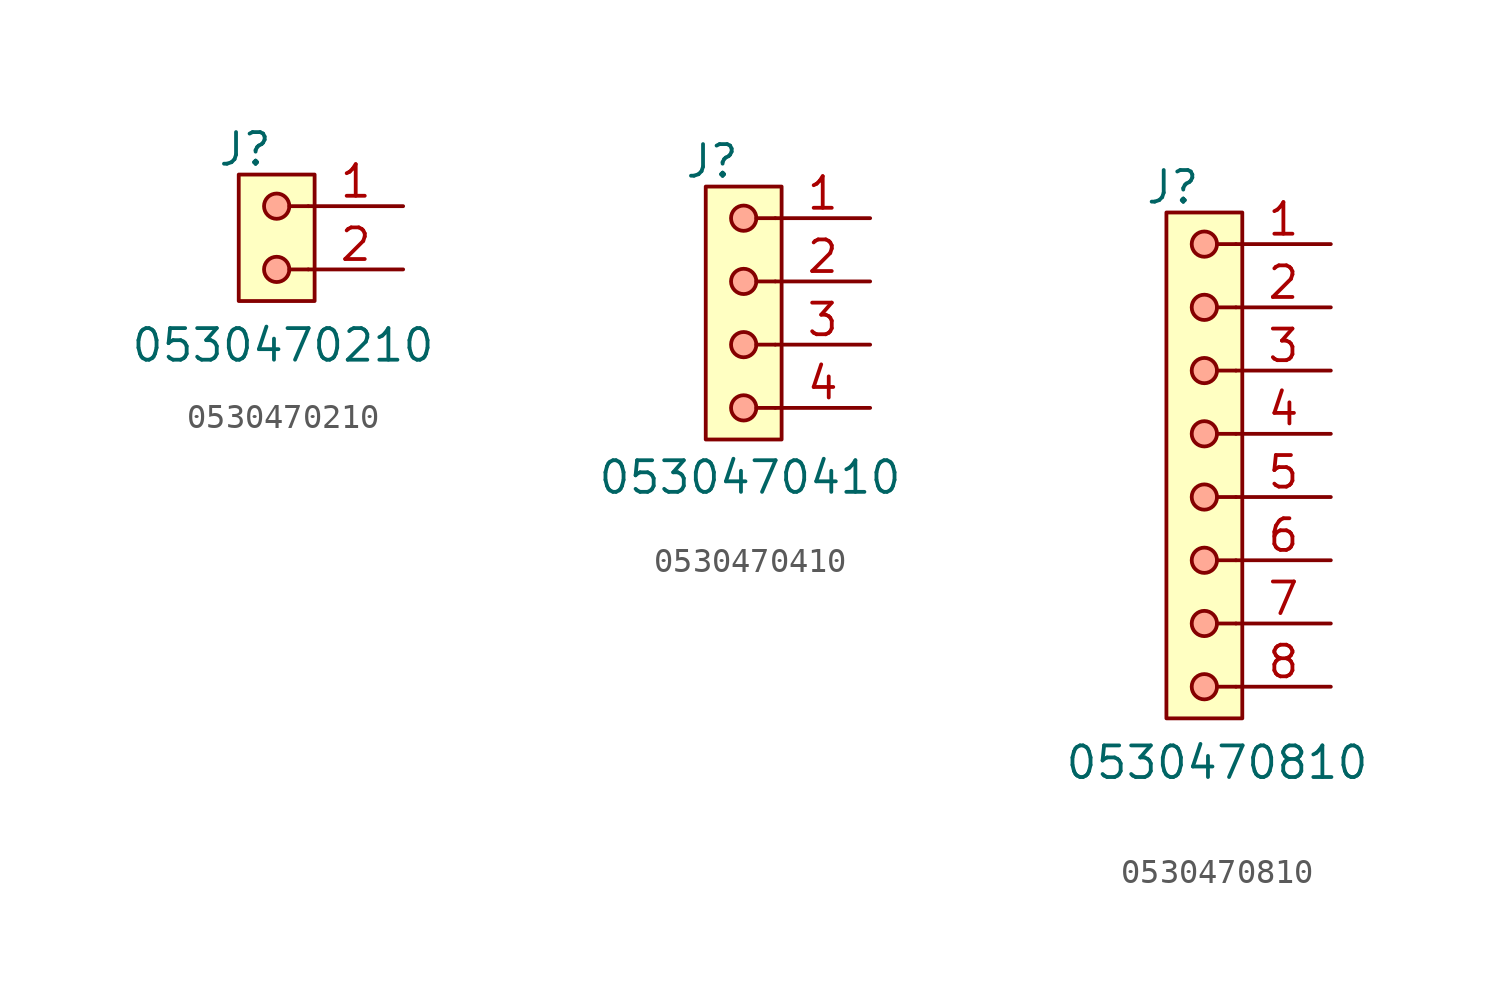
<source format=kicad_sym>
(kicad_symbol_lib
  (version 20241209)
  (generator "kicad_symbol_editor")
  (generator_version "9.0")
  (symbol "0530470210"
    (pin_names
      (offset 1.016)
      (hide yes))
    (property "Reference" "J"
      (at -1.27 2.286 0)
      (effects (font (size 1.27 1.27))))
    (property "Value" "0530470210"
      (at 0.254 -5.588 0)
      (effects (font (size 1.27 1.27))))
    (symbol "0530470210_0_1"
      (polyline (pts (xy 0.508 0) (xy 1.27 0)) (stroke (width 0) (type default)) (fill (type none)))
      (polyline (pts (xy 1.27 -2.54) (xy 0.508 -2.54)) (stroke (width 0) (type default)) (fill (type none))))
    (symbol "0530470210_1_1"
      (rectangle (start -1.524 1.27) (end 1.524 -3.81) (stroke (width 0) (type solid)) (fill (type background)))
      (circle (center 0 0) (radius 0.508) (stroke (width 0) (type solid)) (fill (type color) (color 255 170 149 1)))
      (circle (center 0 -2.54) (radius 0.508) (stroke (width 0) (type solid)) (fill (type color) (color 255 169 150 1)))
      (pin passive line (at 5.08 0 180) (length 3.81) (name "Pin_1" (effects (font (size 1.27 1.27)))) (number "1" (effects (font (size 1.27 1.27)))))
      (pin passive line (at 5.08 -2.54 180) (length 3.81) (name "Pin_2" (effects (font (size 1.27 1.27)))) (number "2" (effects (font (size 1.27 1.27)))))))
  (symbol "0530470410"
    (pin_names
      (offset 1.016)
      (hide yes))
    (property "Reference" "J"
      (at -1.27 2.286 0)
      (effects (font (size 1.27 1.27))))
    (property "Value" "0530470410"
      (at 0.254 -10.414 0)
      (effects (font (size 1.27 1.27))))
    (symbol "0530470410_0_1"
      (polyline (pts (xy 0.508 0) (xy 1.27 0)) (stroke (width 0) (type default)) (fill (type none)))
      (polyline (pts (xy 0.508 -5.08) (xy 1.27 -5.08)) (stroke (width 0) (type default)) (fill (type none)))
      (polyline (pts (xy 1.27 -2.54) (xy 0.508 -2.54)) (stroke (width 0) (type default)) (fill (type none)))
      (polyline (pts (xy 1.27 -7.62) (xy 0.508 -7.62)) (stroke (width 0) (type default)) (fill (type none))))
    (symbol "0530470410_1_1"
      (rectangle (start -1.524 1.27) (end 1.524 -8.89) (stroke (width 0) (type solid)) (fill (type background)))
      (circle (center 0 0) (radius 0.508) (stroke (width 0) (type solid)) (fill (type color) (color 255 170 149 1)))
      (circle (center 0 -2.54) (radius 0.508) (stroke (width 0) (type solid)) (fill (type color) (color 255 169 150 1)))
      (circle (center 0 -5.08) (radius 0.508) (stroke (width 0) (type solid)) (fill (type color) (color 255 170 149 1)))
      (circle (center 0 -7.62) (radius 0.508) (stroke (width 0) (type solid)) (fill (type color) (color 255 169 150 1)))
      (pin passive line (at 5.08 0 180) (length 3.81) (name "Pin_1" (effects (font (size 1.27 1.27)))) (number "1" (effects (font (size 1.27 1.27)))))
      (pin passive line (at 5.08 -2.54 180) (length 3.81) (name "Pin_2" (effects (font (size 1.27 1.27)))) (number "2" (effects (font (size 1.27 1.27)))))
      (pin passive line (at 5.08 -5.08 180) (length 3.81) (name "Pin_3" (effects (font (size 1.27 1.27)))) (number "3" (effects (font (size 1.27 1.27)))))
      (pin passive line (at 5.08 -7.62 180) (length 3.81) (name "Pin_4" (effects (font (size 1.27 1.27)))) (number "4" (effects (font (size 1.27 1.27)))))))
  (symbol "0530470810"
    (pin_names
      (offset 1.016)
      (hide yes))
    (property "Reference" "J"
      (at -1.27 2.286 0)
      (effects (font (size 1.27 1.27))))
    (property "Value" "0530470810"
      (at 0.508 -20.828 0)
      (effects (font (size 1.27 1.27))))
    (symbol "0530470810_0_1"
      (polyline (pts (xy 0.508 0) (xy 1.27 0)) (stroke (width 0) (type default)) (fill (type none)))
      (polyline (pts (xy 0.508 -5.08) (xy 1.27 -5.08)) (stroke (width 0) (type default)) (fill (type none)))
      (polyline (pts (xy 0.508 -10.16) (xy 1.27 -10.16)) (stroke (width 0) (type default)) (fill (type none)))
      (polyline (pts (xy 0.508 -15.24) (xy 1.27 -15.24)) (stroke (width 0) (type default)) (fill (type none)))
      (polyline (pts (xy 1.27 -2.54) (xy 0.508 -2.54)) (stroke (width 0) (type default)) (fill (type none)))
      (polyline (pts (xy 1.27 -7.62) (xy 0.508 -7.62)) (stroke (width 0) (type default)) (fill (type none)))
      (polyline (pts (xy 1.27 -12.7) (xy 0.508 -12.7)) (stroke (width 0) (type default)) (fill (type none)))
      (polyline (pts (xy 1.27 -17.78) (xy 0.508 -17.78)) (stroke (width 0) (type default)) (fill (type none))))
    (symbol "0530470810_1_1"
      (rectangle (start -1.524 1.27) (end 1.524 -19.05) (stroke (width 0) (type solid)) (fill (type background)))
      (circle (center 0 0) (radius 0.508) (stroke (width 0) (type solid)) (fill (type color) (color 255 170 149 1)))
      (circle (center 0 -2.54) (radius 0.508) (stroke (width 0) (type solid)) (fill (type color) (color 255 169 150 1)))
      (circle (center 0 -5.08) (radius 0.508) (stroke (width 0) (type solid)) (fill (type color) (color 255 170 149 1)))
      (circle (center 0 -7.62) (radius 0.508) (stroke (width 0) (type solid)) (fill (type color) (color 255 169 150 1)))
      (circle (center 0 -10.16) (radius 0.508) (stroke (width 0) (type solid)) (fill (type color) (color 255 170 149 1)))
      (circle (center 0 -12.7) (radius 0.508) (stroke (width 0) (type solid)) (fill (type color) (color 255 169 150 1)))
      (circle (center 0 -15.24) (radius 0.508) (stroke (width 0) (type solid)) (fill (type color) (color 255 170 149 1)))
      (circle (center 0 -17.78) (radius 0.508) (stroke (width 0) (type solid)) (fill (type color) (color 255 169 150 1)))
      (pin passive line (at 5.08 0 180) (length 3.81) (name "Pin_1" (effects (font (size 1.27 1.27)))) (number "1" (effects (font (size 1.27 1.27)))))
      (pin passive line (at 5.08 -2.54 180) (length 3.81) (name "Pin_2" (effects (font (size 1.27 1.27)))) (number "2" (effects (font (size 1.27 1.27)))))
      (pin passive line (at 5.08 -5.08 180) (length 3.81) (name "Pin_3" (effects (font (size 1.27 1.27)))) (number "3" (effects (font (size 1.27 1.27)))))
      (pin passive line (at 5.08 -7.62 180) (length 3.81) (name "Pin_4" (effects (font (size 1.27 1.27)))) (number "4" (effects (font (size 1.27 1.27)))))
      (pin passive line (at 5.08 -10.16 180) (length 3.81) (name "Pin_5" (effects (font (size 1.27 1.27)))) (number "5" (effects (font (size 1.27 1.27)))))
      (pin passive line (at 5.08 -12.7 180) (length 3.81) (name "Pin_6" (effects (font (size 1.27 1.27)))) (number "6" (effects (font (size 1.27 1.27)))))
      (pin passive line (at 5.08 -15.24 180) (length 3.81) (name "Pin_7" (effects (font (size 1.27 1.27)))) (number "7" (effects (font (size 1.27 1.27)))))
      (pin passive line (at 5.08 -17.78 180) (length 3.81) (name "Pin_8" (effects (font (size 1.27 1.27)))) (number "8" (effects (font (size 1.27 1.27))))))))
</source>
